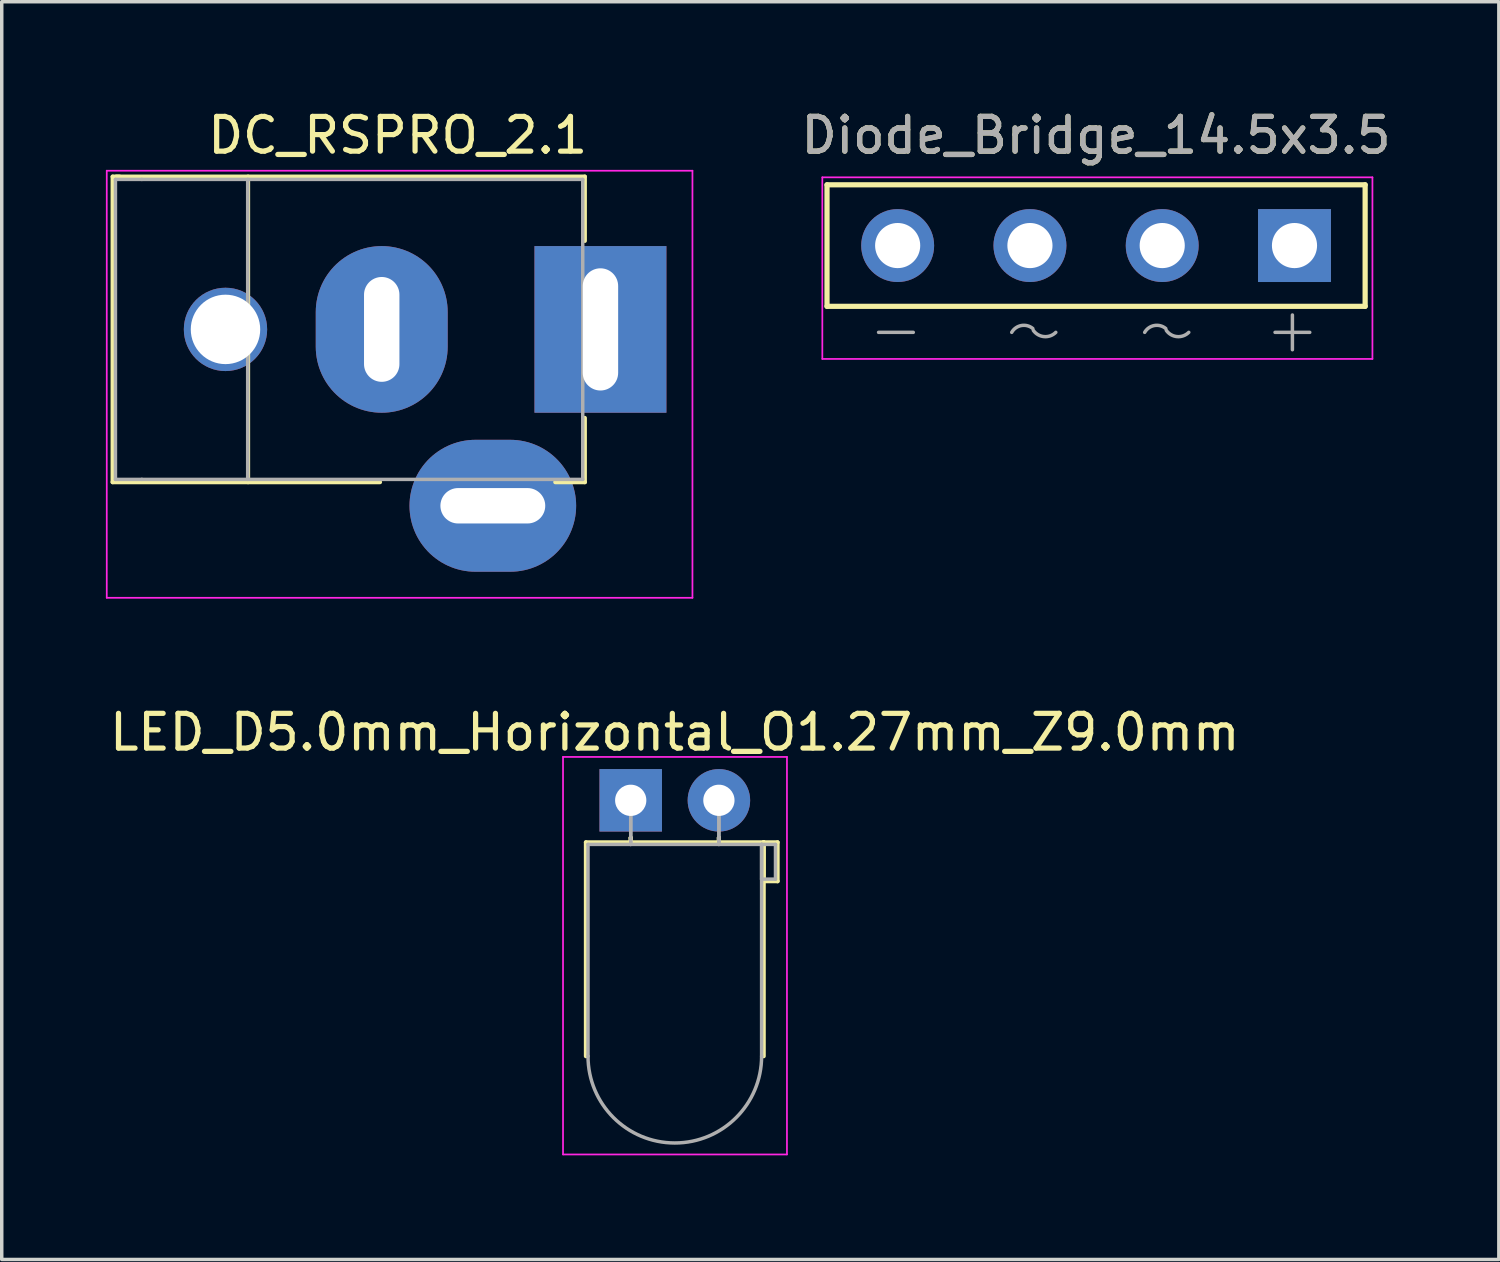
<source format=kicad_pcb>
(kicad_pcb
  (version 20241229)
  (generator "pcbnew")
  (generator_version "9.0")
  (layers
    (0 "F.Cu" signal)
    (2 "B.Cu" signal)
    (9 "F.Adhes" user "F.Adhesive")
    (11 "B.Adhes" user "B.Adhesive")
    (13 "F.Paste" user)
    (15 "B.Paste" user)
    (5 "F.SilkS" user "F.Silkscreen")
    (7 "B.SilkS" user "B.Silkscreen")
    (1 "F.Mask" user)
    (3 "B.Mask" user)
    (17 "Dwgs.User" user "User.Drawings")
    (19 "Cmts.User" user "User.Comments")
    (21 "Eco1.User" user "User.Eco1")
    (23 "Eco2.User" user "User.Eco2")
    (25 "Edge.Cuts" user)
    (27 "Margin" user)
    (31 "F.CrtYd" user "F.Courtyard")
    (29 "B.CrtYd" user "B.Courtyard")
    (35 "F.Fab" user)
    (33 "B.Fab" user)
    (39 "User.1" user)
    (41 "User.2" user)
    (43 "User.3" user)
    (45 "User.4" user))
  (footprint "LED_D5.0mm_Horizontal_O1.27mm_Z9.0mm"
    (layer "F.Cu")
    (at 15.117 20.002)
    (property "Reference" "LED_D5.0mm_Horizontal_O1.27mm_Z9.0mm" (at 1.27 -1.96 0) (layer "F.SilkS") (effects (font (size 1 1) (thickness 0.15))))
    (attr through_hole)
    (fp_line (start -1.29 1.21) (end -1.29 7.37) (stroke (width 0.12) (type solid)) (layer "F.SilkS"))
    (fp_line (start -1.29 1.21) (end 3.83 1.21) (stroke (width 0.12) (type solid)) (layer "F.SilkS"))
    (fp_line (start 0 1.08) (end 0 1.08) (stroke (width 0.12) (type solid)) (layer "F.SilkS"))
    (fp_line (start 0 1.08) (end 0 1.21) (stroke (width 0.12) (type solid)) (layer "F.SilkS"))
    (fp_line (start 0 1.21) (end 0 1.08) (stroke (width 0.12) (type solid)) (layer "F.SilkS"))
    (fp_line (start 0 1.21) (end 0 1.21) (stroke (width 0.12) (type solid)) (layer "F.SilkS"))
    (fp_line (start 2.54 1.08) (end 2.54 1.08) (stroke (width 0.12) (type solid)) (layer "F.SilkS"))
    (fp_line (start 2.54 1.08) (end 2.54 1.21) (stroke (width 0.12) (type solid)) (layer "F.SilkS"))
    (fp_line (start 2.54 1.21) (end 2.54 1.08) (stroke (width 0.12) (type solid)) (layer "F.SilkS"))
    (fp_line (start 2.54 1.21) (end 2.54 1.21) (stroke (width 0.12) (type solid)) (layer "F.SilkS"))
    (fp_line (start 3.83 1.21) (end 3.83 7.37) (stroke (width 0.12) (type solid)) (layer "F.SilkS"))
    (fp_line (start 3.83 1.21) (end 4.23 1.21) (stroke (width 0.12) (type solid)) (layer "F.SilkS"))
    (fp_line (start 3.83 2.33) (end 3.83 1.21) (stroke (width 0.12) (type solid)) (layer "F.SilkS"))
    (fp_line (start 4.23 1.21) (end 4.23 2.33) (stroke (width 0.12) (type solid)) (layer "F.SilkS"))
    (fp_line (start 4.23 2.33) (end 3.83 2.33) (stroke (width 0.12) (type solid)) (layer "F.SilkS"))
    (fp_arc (start 3.83 7.37) (mid 1.27 9.93) (end -1.29 7.37) (stroke (width 0.12) (type solid)) (layer "Eco1.User"))
    (fp_line (start -1.95 -1.25) (end -1.95 10.2) (stroke (width 0.05) (type solid)) (layer "F.CrtYd"))
    (fp_line (start -1.95 10.2) (end 4.5 10.2) (stroke (width 0.05) (type solid)) (layer "F.CrtYd"))
    (fp_line (start 4.5 -1.25) (end -1.95 -1.25) (stroke (width 0.05) (type solid)) (layer "F.CrtYd"))
    (fp_line (start 4.5 10.2) (end 4.5 -1.25) (stroke (width 0.05) (type solid)) (layer "F.CrtYd"))
    (fp_line (start -1.23 1.27) (end -1.23 7.37) (stroke (width 0.1) (type solid)) (layer "F.Fab"))
    (fp_line (start -1.23 1.27) (end 3.77 1.27) (stroke (width 0.1) (type solid)) (layer "F.Fab"))
    (fp_line (start 0 0) (end 0 0) (stroke (width 0.1) (type solid)) (layer "F.Fab"))
    (fp_line (start 0 0) (end 0 1.27) (stroke (width 0.1) (type solid)) (layer "F.Fab"))
    (fp_line (start 0 1.27) (end 0 0) (stroke (width 0.1) (type solid)) (layer "F.Fab"))
    (fp_line (start 0 1.27) (end 0 1.27) (stroke (width 0.1) (type solid)) (layer "F.Fab"))
    (fp_line (start 2.54 0) (end 2.54 0) (stroke (width 0.1) (type solid)) (layer "F.Fab"))
    (fp_line (start 2.54 0) (end 2.54 1.27) (stroke (width 0.1) (type solid)) (layer "F.Fab"))
    (fp_line (start 2.54 1.27) (end 2.54 0) (stroke (width 0.1) (type solid)) (layer "F.Fab"))
    (fp_line (start 2.54 1.27) (end 2.54 1.27) (stroke (width 0.1) (type solid)) (layer "F.Fab"))
    (fp_line (start 3.77 1.27) (end 3.77 7.37) (stroke (width 0.1) (type solid)) (layer "F.Fab"))
    (fp_line (start 3.77 1.27) (end 4.17 1.27) (stroke (width 0.1) (type solid)) (layer "F.Fab"))
    (fp_line (start 3.77 2.27) (end 3.77 1.27) (stroke (width 0.1) (type solid)) (layer "F.Fab"))
    (fp_line (start 4.17 1.27) (end 4.17 2.27) (stroke (width 0.1) (type solid)) (layer "F.Fab"))
    (fp_line (start 4.17 2.27) (end 3.77 2.27) (stroke (width 0.1) (type solid)) (layer "F.Fab"))
    (fp_arc (start 3.77 7.37) (mid 1.27 9.87) (end -1.23 7.37) (stroke (width 0.1) (type solid)) (layer "F.Fab"))
    (pad "1" thru_hole rect (at 0 0) (size 1.8 1.8) (drill 0.9) (layers "*.Cu" "*.Mask"))
    (pad "2" thru_hole circle (at 2.54 0) (size 1.8 1.8) (drill 0.9) (layers "*.Cu" "*.Mask")))
  (footprint "DC_RSPRO_2.1"
    (layer "F.Cu")
    (at 14.245 6.438)
    (property "Reference" "DC_RSPRO_2.1" (at -5.84 -5.59 0) (layer "F.SilkS") (effects (font (size 1 1) (thickness 0.15))))
    (attr through_hole)
    (fp_line (start -14.05 -4.4) (end -13.85 -4.4) (stroke (width 0.12) (type solid)) (layer "F.SilkS"))
    (fp_line (start -14.05 4.4) (end -14.05 -4.4) (stroke (width 0.12) (type solid)) (layer "F.SilkS"))
    (fp_line (start -13.95 -4.4) (end -0.45 -4.4) (stroke (width 0.12) (type solid)) (layer "F.SilkS"))
    (fp_line (start -10.15 -4.4) (end -10.15 4.4) (stroke (width 0.12) (type solid)) (layer "F.SilkS"))
    (fp_line (start -6.35 4.4) (end -14.05 4.4) (stroke (width 0.12) (type solid)) (layer "F.SilkS"))
    (fp_line (start -0.45 -4.4) (end -0.45 -2.55) (stroke (width 0.12) (type solid)) (layer "F.SilkS"))
    (fp_line (start -0.45 2.55) (end -0.45 4.4) (stroke (width 0.12) (type solid)) (layer "F.SilkS"))
    (fp_line (start -0.45 4.4) (end -1.3 4.4) (stroke (width 0.12) (type solid)) (layer "F.SilkS"))
    (fp_line (start -14.22 -4.57) (end -14.22 7.73) (stroke (width 0.05) (type solid)) (layer "F.CrtYd"))
    (fp_line (start -14.22 -4.57) (end 2.65 -4.57) (stroke (width 0.05) (type solid)) (layer "F.CrtYd"))
    (fp_line (start 2.65 7.73) (end -14.22 7.73) (stroke (width 0.05) (type solid)) (layer "F.CrtYd"))
    (fp_line (start 2.65 7.73) (end 2.65 -4.57) (stroke (width 0.05) (type solid)) (layer "F.CrtYd"))
    (fp_line (start -13.97 -4.32) (end -13.97 4.32) (stroke (width 0.1) (type solid)) (layer "F.Fab"))
    (fp_line (start -13.97 4.32) (end -13.21 4.32) (stroke (width 0.1) (type solid)) (layer "F.Fab"))
    (fp_line (start -13.21 -4.32) (end -13.97 -4.32) (stroke (width 0.1) (type solid)) (layer "F.Fab"))
    (fp_line (start -13.21 -4.32) (end -0.51 -4.32) (stroke (width 0.1) (type solid)) (layer "F.Fab"))
    (fp_line (start -13.21 4.32) (end -0.51 4.32) (stroke (width 0.1) (type solid)) (layer "F.Fab"))
    (fp_line (start -10.16 -4.32) (end -10.16 4.32) (stroke (width 0.1) (type solid)) (layer "F.Fab"))
    (fp_line (start -0.51 -4.32) (end -0.51 4.32) (stroke (width 0.1) (type solid)) (layer "F.Fab"))
    (pad "" np_thru_hole circle (at -10.8 0) (size 2.4 2.4) (drill 2) (layers "*.Cu" "*.Mask"))
    (pad "1" thru_hole rect (at 0 0) (size 3.8 4.8) (drill oval 1.02 3.52) (layers "*.Cu" "*.Mask"))
    (pad "2" thru_hole oval (at -6.3 0) (size 3.8 4.8) (drill oval 1.02 3.02) (layers "*.Cu" "*.Mask"))
    (pad "3" thru_hole oval (at -3.1 5.08) (size 4.8 3.8) (drill oval 3.02 1.02) (layers "*.Cu" "*.Mask")))
  (footprint "Diode_Bridge_14.5x3.5"
    (layer "F.Cu")
    (at 34.236 4.023)
    (property "Reference" "Diode_Bridge_14.5x3.5" (at -5.715 -3.175 0) (layer "F.SilkS") (effects (font (size 1 1) (thickness 0.15))))
    (attr through_hole)
    (fp_line (start -13.465 -1.75) (end 2.035 -1.75) (stroke (width 0.15) (type solid)) (layer "F.SilkS"))
    (fp_line (start -13.465 1.75) (end -13.465 -1.75) (stroke (width 0.15) (type solid)) (layer "F.SilkS"))
    (fp_line (start 2.035 -1.75) (end 2.035 1.75) (stroke (width 0.15) (type solid)) (layer "F.SilkS"))
    (fp_line (start 2.035 1.75) (end -13.465 1.75) (stroke (width 0.15) (type solid)) (layer "F.SilkS"))
    (fp_line (start -13.6 -1.965) (end 2.245 -1.965) (stroke (width 0.05) (type solid)) (layer "F.CrtYd"))
    (fp_line (start -13.6 3.265) (end -13.6 -1.965) (stroke (width 0.05) (type solid)) (layer "F.CrtYd"))
    (fp_line (start 2.245 -1.965) (end 2.245 3.265) (stroke (width 0.05) (type solid)) (layer "F.CrtYd"))
    (fp_line (start 2.245 3.265) (end -13.6 3.265) (stroke (width 0.05) (type solid)) (layer "F.CrtYd"))
    (fp_line (start -11.98 2.5) (end -10.98 2.5) (stroke (width 0.1) (type solid)) (layer "F.Fab"))
    (fp_line (start -0.56 2.5) (end 0.44 2.5) (stroke (width 0.1) (type solid)) (layer "F.Fab"))
    (fp_line (start -0.06 2) (end -0.06 3) (stroke (width 0.1) (type solid)) (layer "F.Fab"))
    (fp_arc (start -8.145 2.5) (mid -7.866767 2.303327) (end -7.537262 2.390047) (stroke (width 0.1) (type solid)) (layer "F.Fab"))
    (fp_arc (start -6.875 2.5) (mid -7.211977 2.62265) (end -7.522537 2.443348) (stroke (width 0.1) (type solid)) (layer "F.Fab"))
    (fp_arc (start -4.315 2.5) (mid -4.036767 2.303327) (end -3.707262 2.390047) (stroke (width 0.1) (type solid)) (layer "F.Fab"))
    (fp_arc (start -3.045 2.5) (mid -3.381977 2.62265) (end -3.692537 2.443348) (stroke (width 0.1) (type solid)) (layer "F.Fab"))
    (fp_text user "${REFERENCE}" (at -5.715 -3.175 0) (layer "F.Fab") (effects (font (size 1 1) (thickness 0.15))))
    (pad "1" thru_hole rect (at 0 0) (size 2.1 2.1) (drill 1.3) (layers "*.Cu" "*.Mask"))
    (pad "2" thru_hole circle (at -3.81 0) (size 2.1 2.1) (drill 1.3) (layers "*.Cu" "*.Mask"))
    (pad "3" thru_hole circle (at -7.62 0) (size 2.1 2.1) (drill 1.3) (layers "*.Cu" "*.Mask"))
    (pad "4" thru_hole circle (at -11.43 0) (size 2.1 2.1) (drill 1.3) (layers "*.Cu" "*.Mask")))
  (gr_rect
    (start -3 -3)
    (end 40.122 33.227)
    (stroke (width 0.1) (type default))
    (fill no)
    (layer "Edge.Cuts")))
</source>
